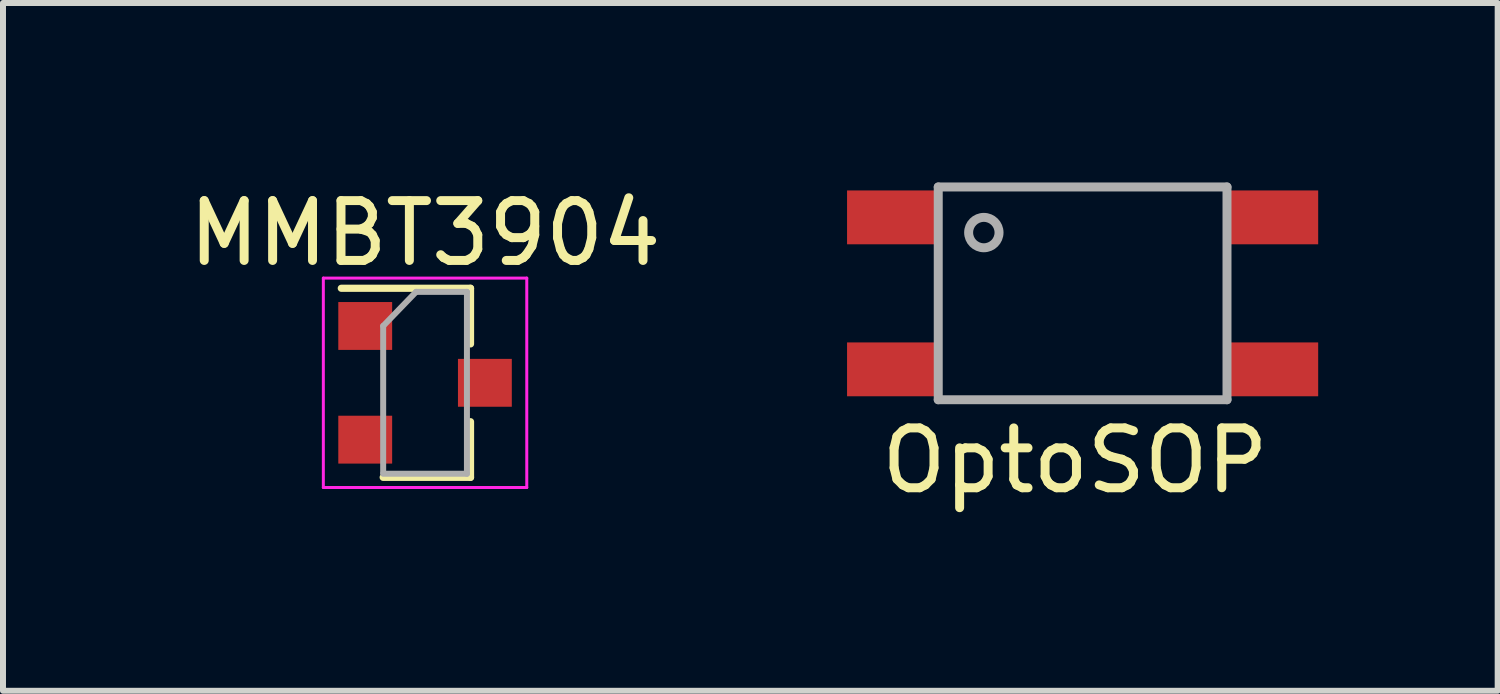
<source format=kicad_pcb>
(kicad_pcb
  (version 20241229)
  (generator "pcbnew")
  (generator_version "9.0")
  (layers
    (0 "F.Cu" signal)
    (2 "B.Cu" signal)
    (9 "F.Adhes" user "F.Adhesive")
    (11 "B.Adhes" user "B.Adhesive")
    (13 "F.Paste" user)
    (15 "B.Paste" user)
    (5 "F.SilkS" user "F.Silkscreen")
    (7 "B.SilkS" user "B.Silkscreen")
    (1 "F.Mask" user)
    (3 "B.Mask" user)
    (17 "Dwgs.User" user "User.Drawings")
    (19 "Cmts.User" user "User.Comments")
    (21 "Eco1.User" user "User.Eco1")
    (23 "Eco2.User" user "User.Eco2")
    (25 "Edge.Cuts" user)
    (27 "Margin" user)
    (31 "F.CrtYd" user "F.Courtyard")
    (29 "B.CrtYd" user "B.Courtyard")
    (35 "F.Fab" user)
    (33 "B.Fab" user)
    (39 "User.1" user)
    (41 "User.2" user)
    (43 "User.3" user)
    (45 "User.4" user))
  (footprint "OptoSOP"
    (layer "F.Cu")
    (at 11.869 0.583)
    (property "Reference" "OptoSOP" (at 3.048 4.064 0) (layer "F.SilkS") (effects (font (size 1 1) (thickness 0.15))))
    (attr through_hole)
    (fp_line (start 0.762 -0.508) (end 0.762 3.048) (stroke (width 0.15) (type solid)) (layer "F.Fab"))
    (fp_line (start 0.762 -0.508) (end 5.588 -0.508) (stroke (width 0.15) (type solid)) (layer "F.Fab"))
    (fp_line (start 0.762 3.048) (end 5.588 3.048) (stroke (width 0.15) (type solid)) (layer "F.Fab"))
    (fp_line (start 5.588 3.048) (end 5.588 -0.508) (stroke (width 0.15) (type solid)) (layer "F.Fab"))
    (fp_circle (center 1.524 0.254) (end 1.524 0) (stroke (width 0.15) (type solid)) (fill no) (layer "F.Fab"))
    (pad "1" smd rect (at 0 0) (size 1.524 0.9) (layers "F.Cu" "F.Mask" "F.Paste"))
    (pad "2" smd rect (at 0 2.54) (size 1.524 0.9) (layers "F.Cu" "F.Mask" "F.Paste"))
    (pad "3" smd rect (at 6.35 2.54) (size 1.524 0.9) (layers "F.Cu" "F.Mask" "F.Paste"))
    (pad "4" smd rect (at 6.35 0) (size 1.524 0.9) (layers "F.Cu" "F.Mask" "F.Paste")))
  (footprint "MMBT3904"
    (layer "F.Cu")
    (at 4.054 3.348)
    (property "Reference" "MMBT3904" (at 0 -2.5 0) (layer "F.SilkS") (effects (font (size 1 1) (thickness 0.15))))
    (attr smd)
    (fp_line (start 0.76 -1.58) (end -1.4 -1.58) (stroke (width 0.12) (type solid)) (layer "F.SilkS"))
    (fp_line (start 0.76 -1.58) (end 0.76 -0.65) (stroke (width 0.12) (type solid)) (layer "F.SilkS"))
    (fp_line (start 0.76 1.58) (end -0.7 1.58) (stroke (width 0.12) (type solid)) (layer "F.SilkS"))
    (fp_line (start 0.76 1.58) (end 0.76 0.65) (stroke (width 0.12) (type solid)) (layer "F.SilkS"))
    (fp_line (start -1.7 -1.75) (end 1.7 -1.75) (stroke (width 0.05) (type solid)) (layer "F.CrtYd"))
    (fp_line (start -1.7 1.75) (end -1.7 -1.75) (stroke (width 0.05) (type solid)) (layer "F.CrtYd"))
    (fp_line (start 1.7 -1.75) (end 1.7 1.75) (stroke (width 0.05) (type solid)) (layer "F.CrtYd"))
    (fp_line (start 1.7 1.75) (end -1.7 1.75) (stroke (width 0.05) (type solid)) (layer "F.CrtYd"))
    (fp_line (start -0.7 -0.95) (end -0.7 1.5) (stroke (width 0.1) (type solid)) (layer "F.Fab"))
    (fp_line (start -0.7 -0.95) (end -0.15 -1.52) (stroke (width 0.1) (type solid)) (layer "F.Fab"))
    (fp_line (start -0.7 1.52) (end 0.7 1.52) (stroke (width 0.1) (type solid)) (layer "F.Fab"))
    (fp_line (start -0.15 -1.52) (end 0.7 -1.52) (stroke (width 0.1) (type solid)) (layer "F.Fab"))
    (fp_line (start 0.7 -1.52) (end 0.7 1.52) (stroke (width 0.1) (type solid)) (layer "F.Fab"))
    (pad "1" smd rect (at -1 0.95) (size 0.9 0.8) (layers "F.Cu" "F.Mask" "F.Paste"))
    (pad "2" smd rect (at 1 0) (size 0.9 0.8) (layers "F.Cu" "F.Mask" "F.Paste"))
    (pad "3" smd rect (at -1 -0.95) (size 0.9 0.8) (layers "F.Cu" "F.Mask" "F.Paste")))
  (gr_rect
    (start -3 -3)
    (end 21.981 8.495)
    (stroke (width 0.1) (type default))
    (fill no)
    (layer "Edge.Cuts")))
</source>
